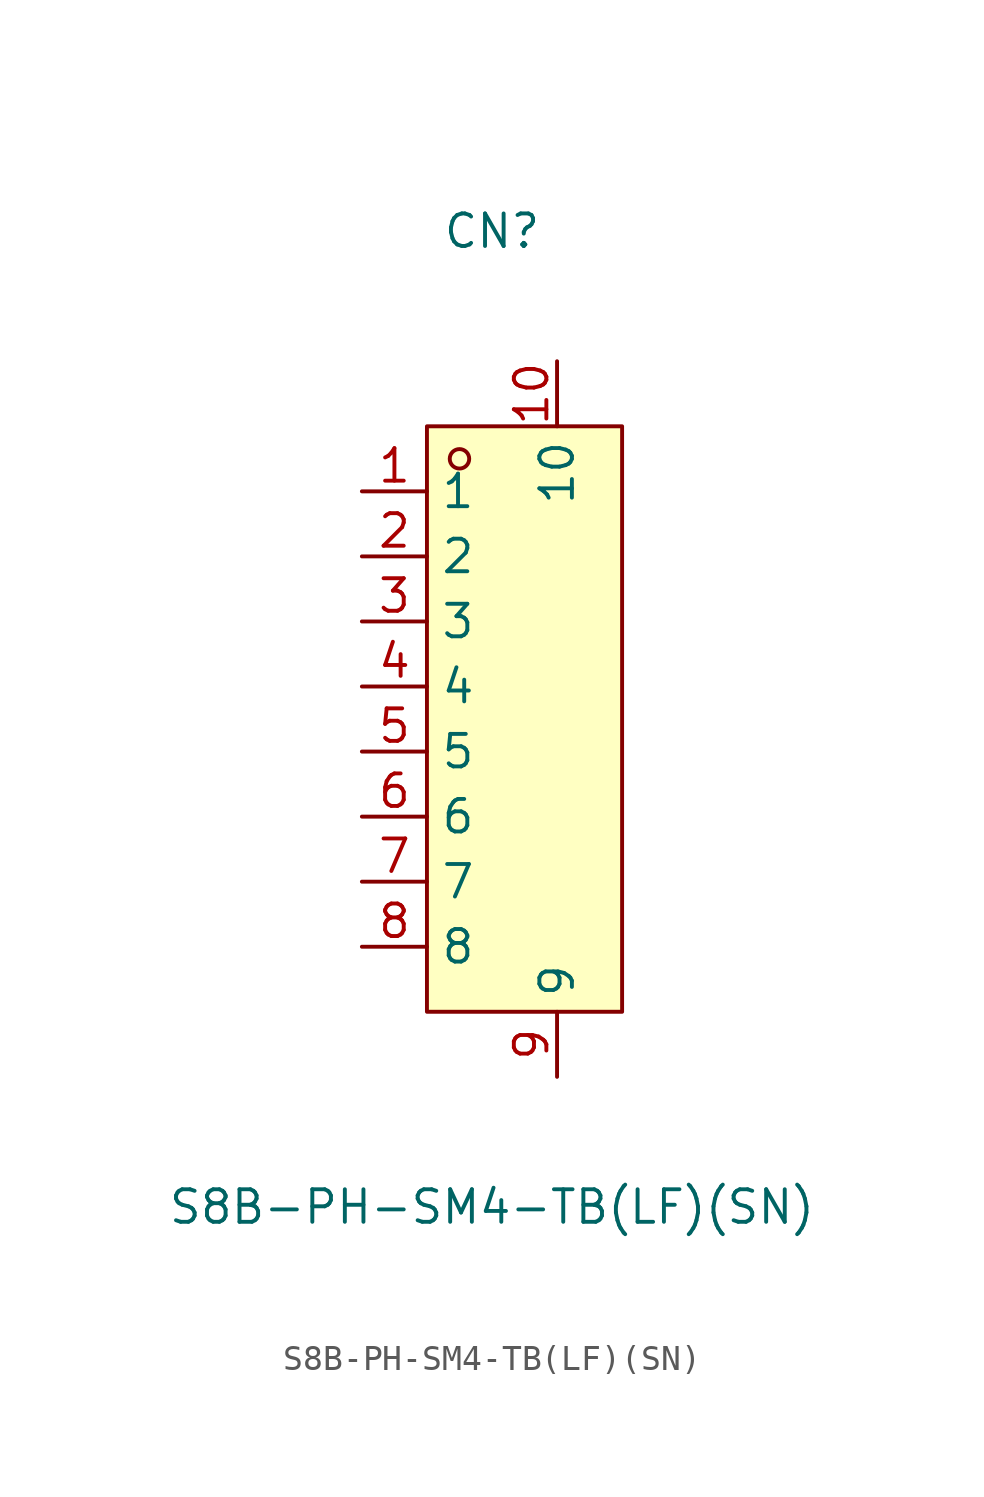
<source format=kicad_sym>
(kicad_symbol_lib
  (version 20211014)
  (generator https://github.com/uPesy/easyeda2kicad.py)
  (symbol "S8B-PH-SM4-TB(LF)(SN)"
    (property "Reference" "CN"
      (at 0 19.05 0)
      (effects (font (size 1.27 1.27))))
    (property "Value" "S8B-PH-SM4-TB(LF)(SN)"
      (at 0 -19.05 0)
      (effects (font (size 1.27 1.27))))
    (symbol "S8B-PH-SM4-TB(LF)(SN)_0_1"
      (rectangle (start -2.54 11.43) (end 5.08 -11.43) (stroke (width 0) (type default) (color 0 0 0 0)) (fill (type background)))
      (circle (center -1.27 10.16) (radius 0.38) (stroke (width 0) (type default) (color 0 0 0 0)) (fill (type none)))
      (pin unspecified line (at -5.08 8.89 0) (length 2.54) (name "1" (effects (font (size 1.27 1.27)))) (number "1" (effects (font (size 1.27 1.27)))))
      (pin unspecified line (at -5.08 6.35 0) (length 2.54) (name "2" (effects (font (size 1.27 1.27)))) (number "2" (effects (font (size 1.27 1.27)))))
      (pin unspecified line (at -5.08 3.81 0) (length 2.54) (name "3" (effects (font (size 1.27 1.27)))) (number "3" (effects (font (size 1.27 1.27)))))
      (pin unspecified line (at -5.08 1.27 0) (length 2.54) (name "4" (effects (font (size 1.27 1.27)))) (number "4" (effects (font (size 1.27 1.27)))))
      (pin unspecified line (at -5.08 -1.27 0) (length 2.54) (name "5" (effects (font (size 1.27 1.27)))) (number "5" (effects (font (size 1.27 1.27)))))
      (pin unspecified line (at -5.08 -3.81 0) (length 2.54) (name "6" (effects (font (size 1.27 1.27)))) (number "6" (effects (font (size 1.27 1.27)))))
      (pin unspecified line (at -5.08 -6.35 0) (length 2.54) (name "7" (effects (font (size 1.27 1.27)))) (number "7" (effects (font (size 1.27 1.27)))))
      (pin unspecified line (at -5.08 -8.89 0) (length 2.54) (name "8" (effects (font (size 1.27 1.27)))) (number "8" (effects (font (size 1.27 1.27)))))
      (pin unspecified line (at 2.54 -13.97 90) (length 2.54) (name "9" (effects (font (size 1.27 1.27)))) (number "9" (effects (font (size 1.27 1.27)))))
      (pin unspecified line (at 2.54 13.97 270) (length 2.54) (name "10" (effects (font (size 1.27 1.27)))) (number "10" (effects (font (size 1.27 1.27))))))))
</source>
